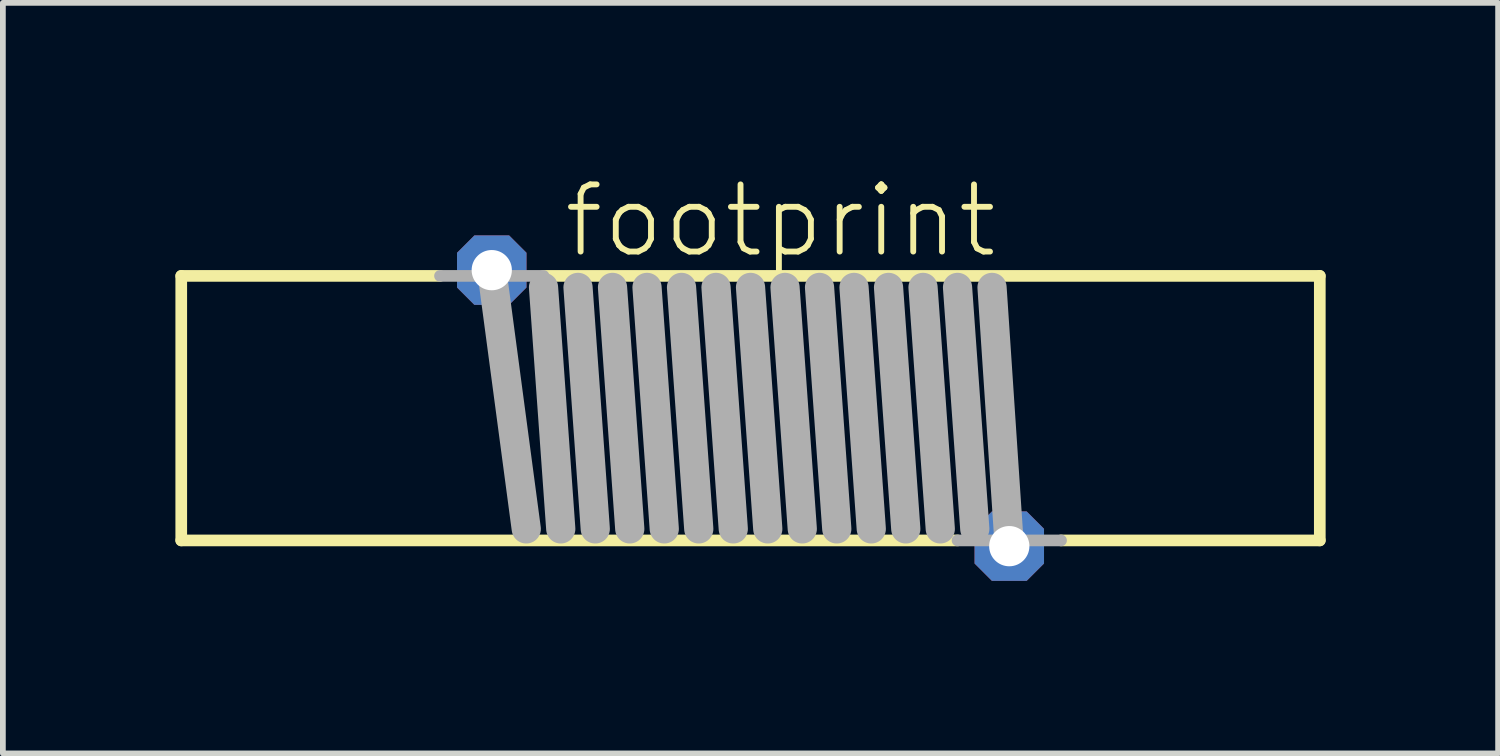
<source format=kicad_pcb>
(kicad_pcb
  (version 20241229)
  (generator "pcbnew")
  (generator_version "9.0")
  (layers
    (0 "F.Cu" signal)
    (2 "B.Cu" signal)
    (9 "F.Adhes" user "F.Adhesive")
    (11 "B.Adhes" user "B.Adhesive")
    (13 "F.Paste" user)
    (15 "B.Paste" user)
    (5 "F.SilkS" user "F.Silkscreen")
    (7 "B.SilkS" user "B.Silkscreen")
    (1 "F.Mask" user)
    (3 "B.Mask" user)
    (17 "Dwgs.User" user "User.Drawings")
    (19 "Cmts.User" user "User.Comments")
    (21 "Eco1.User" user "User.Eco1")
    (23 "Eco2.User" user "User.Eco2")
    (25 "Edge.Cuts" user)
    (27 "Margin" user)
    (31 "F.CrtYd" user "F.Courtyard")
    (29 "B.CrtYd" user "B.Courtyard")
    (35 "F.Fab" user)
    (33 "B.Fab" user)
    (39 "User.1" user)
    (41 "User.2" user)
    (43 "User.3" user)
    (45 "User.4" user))
  (footprint "footprint"
    (layer "F.Cu")
    (at 10.002 4.048)
    (property "Reference" "footprint" (at -3.3 -2.575 0) (layer "F.SilkS") (effects (font (size 1.168 1.168) (thickness 0.102)) (justify left bottom)))
    (fp_line (start -9.9 -2.3) (end -5.4 -2.3) (stroke (width 0.203) (type solid)) (layer "F.SilkS"))
    (fp_line (start -9.9 2.3) (end -9.9 -2.3) (stroke (width 0.203) (type solid)) (layer "F.SilkS"))
    (fp_line (start -3.6 -2.3) (end 9.9 -2.3) (stroke (width 0.203) (type solid)) (layer "F.SilkS"))
    (fp_line (start 3.6 2.3) (end -9.9 2.3) (stroke (width 0.203) (type solid)) (layer "F.SilkS"))
    (fp_line (start 9.9 -2.3) (end 9.9 2.3) (stroke (width 0.203) (type solid)) (layer "F.SilkS"))
    (fp_line (start 9.9 2.3) (end 5.4 2.3) (stroke (width 0.203) (type solid)) (layer "F.SilkS"))
    (fp_line (start -5.4 -2.3) (end -3.6 -2.3) (stroke (width 0.203) (type solid)) (layer "F.Fab"))
    (fp_line (start -3.9 2.1) (end -4.5 -2.4) (stroke (width 0.508) (type solid)) (layer "F.Fab"))
    (fp_line (start -3.3 2.1) (end -3.6 -2.1) (stroke (width 0.508) (type solid)) (layer "F.Fab"))
    (fp_line (start -2.7 2.1) (end -3 -2.1) (stroke (width 0.508) (type solid)) (layer "F.Fab"))
    (fp_line (start -2.1 2.1) (end -2.4 -2.1) (stroke (width 0.508) (type solid)) (layer "F.Fab"))
    (fp_line (start -1.5 2.1) (end -1.8 -2.1) (stroke (width 0.508) (type solid)) (layer "F.Fab"))
    (fp_line (start -0.9 2.1) (end -1.2 -2.1) (stroke (width 0.508) (type solid)) (layer "F.Fab"))
    (fp_line (start -0.3 2.1) (end -0.6 -2.1) (stroke (width 0.508) (type solid)) (layer "F.Fab"))
    (fp_line (start 0.3 2.1) (end 0 -2.1) (stroke (width 0.508) (type solid)) (layer "F.Fab"))
    (fp_line (start 0.9 2.1) (end 0.6 -2.1) (stroke (width 0.508) (type solid)) (layer "F.Fab"))
    (fp_line (start 1.5 2.1) (end 1.2 -2.1) (stroke (width 0.508) (type solid)) (layer "F.Fab"))
    (fp_line (start 2.1 2.1) (end 1.8 -2.1) (stroke (width 0.508) (type solid)) (layer "F.Fab"))
    (fp_line (start 2.7 2.1) (end 2.4 -2.1) (stroke (width 0.508) (type solid)) (layer "F.Fab"))
    (fp_line (start 3.3 2.1) (end 3 -2.1) (stroke (width 0.508) (type solid)) (layer "F.Fab"))
    (fp_line (start 3.9 2.1) (end 3.6 -2.1) (stroke (width 0.508) (type solid)) (layer "F.Fab"))
    (fp_line (start 4.5 2.4) (end 4.2 -2.1) (stroke (width 0.508) (type solid)) (layer "F.Fab"))
    (fp_line (start 5.4 2.3) (end 3.6 2.3) (stroke (width 0.203) (type solid)) (layer "F.Fab"))
    (pad "1" thru_hole roundrect (at 4.5 2.4) (size 1.208 1.208) (drill 0.7) (layers "*.Cu" "*.Mask") (roundrect_rratio 0.25) (chamfer_ratio 0.25) (chamfer top_left top_right bottom_left bottom_right))
    (pad "2" thru_hole roundrect (at -4.5 -2.4) (size 1.208 1.208) (drill 0.7) (layers "*.Cu" "*.Mask") (roundrect_rratio 0.25) (chamfer_ratio 0.25) (chamfer top_left top_right bottom_left bottom_right)))
  (gr_rect
    (start -3 -3)
    (end 23.003 10.052)
    (stroke (width 0.1) (type default))
    (fill no)
    (layer "Edge.Cuts")))
</source>
